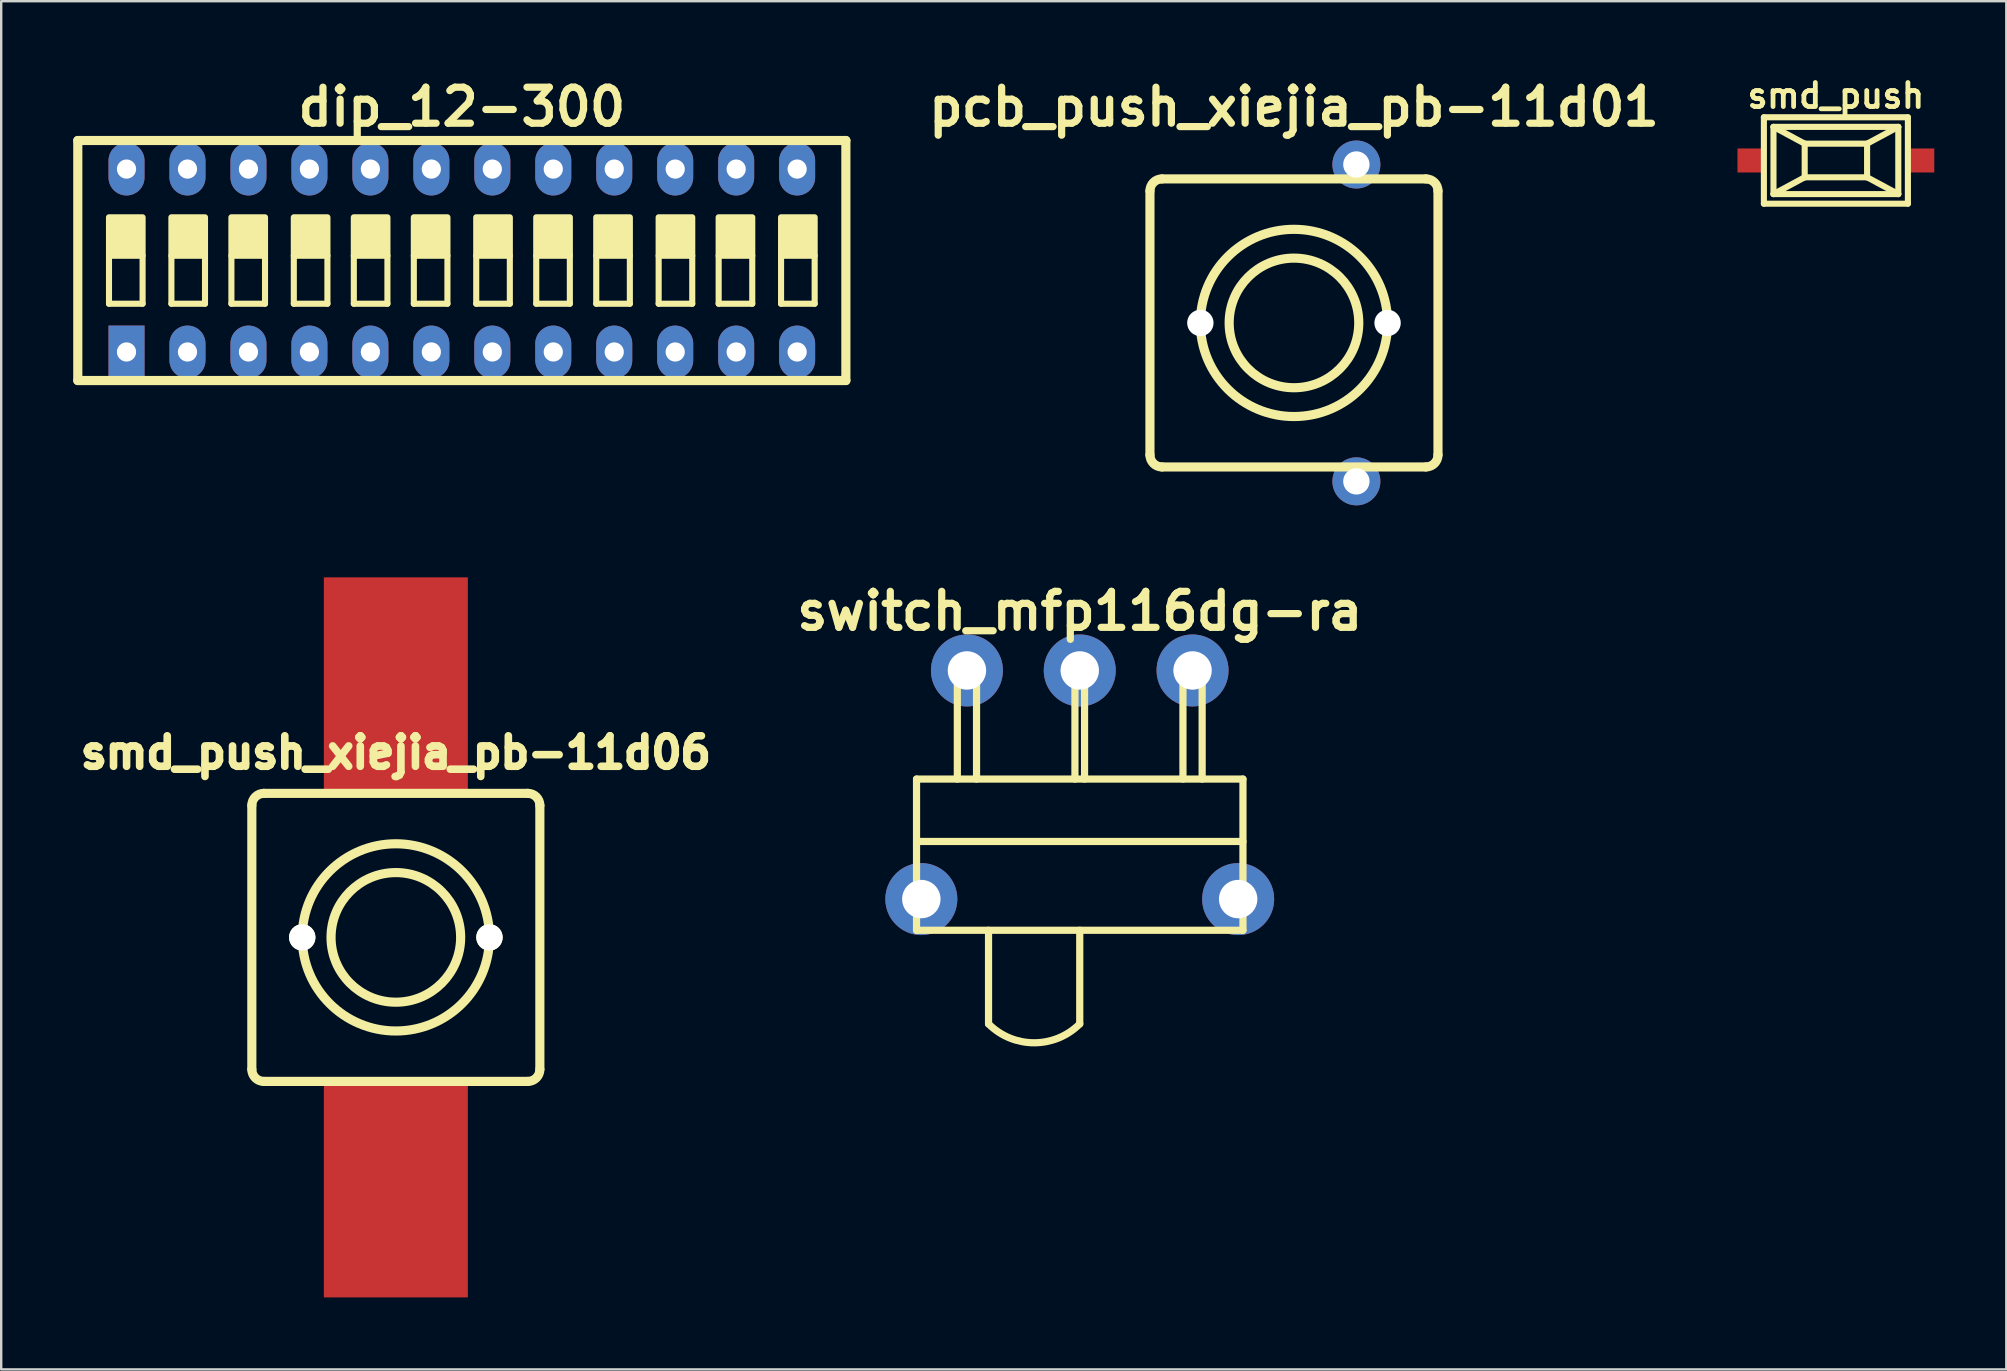
<source format=kicad_pcb>
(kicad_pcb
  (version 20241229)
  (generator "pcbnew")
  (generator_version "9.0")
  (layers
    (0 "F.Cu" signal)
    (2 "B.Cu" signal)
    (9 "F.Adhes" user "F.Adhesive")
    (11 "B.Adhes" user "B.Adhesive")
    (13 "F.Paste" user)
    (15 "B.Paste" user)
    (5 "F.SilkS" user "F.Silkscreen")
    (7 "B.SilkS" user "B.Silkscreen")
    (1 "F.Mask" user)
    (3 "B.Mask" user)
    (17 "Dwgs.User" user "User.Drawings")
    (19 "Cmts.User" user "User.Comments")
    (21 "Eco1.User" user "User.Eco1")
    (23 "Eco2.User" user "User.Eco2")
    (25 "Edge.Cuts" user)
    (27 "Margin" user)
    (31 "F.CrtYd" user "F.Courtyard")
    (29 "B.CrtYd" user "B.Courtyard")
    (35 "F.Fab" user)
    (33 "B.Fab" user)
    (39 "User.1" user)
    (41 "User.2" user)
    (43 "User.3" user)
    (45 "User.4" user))
  (footprint "smd_push_xiejia_pb-11d06"
    (layer "F.Cu")
    (at 13.442 36.004)
    (property "Reference" "smd_push_xiejia_pb-11d06" (at 0 -7.7 0) (layer "F.SilkS") (effects (font (size 1.27 1.27) (thickness 0.318))))
    (attr smd)
    (fp_line (start -6 5.5) (end -6 -5.5) (stroke (width 0.381) (type solid)) (layer "F.SilkS"))
    (fp_line (start -5.5 -6) (end 5.5 -6) (stroke (width 0.381) (type solid)) (layer "F.SilkS"))
    (fp_line (start 5.5 6) (end -5.5 6) (stroke (width 0.381) (type solid)) (layer "F.SilkS"))
    (fp_line (start 6 -5.5) (end 6 5.5) (stroke (width 0.381) (type solid)) (layer "F.SilkS"))
    (fp_arc (start -6 -5.5) (mid -5.853553 -5.853553) (end -5.5 -6) (stroke (width 0.381) (type solid)) (layer "F.SilkS"))
    (fp_arc (start -5.5 6) (mid -5.853553 5.853553) (end -6 5.5) (stroke (width 0.381) (type solid)) (layer "F.SilkS"))
    (fp_arc (start 5.5 -6) (mid 5.853553 -5.853553) (end 6 -5.5) (stroke (width 0.381) (type solid)) (layer "F.SilkS"))
    (fp_arc (start 6 5.5) (mid 5.853553 5.853553) (end 5.5 6) (stroke (width 0.381) (type solid)) (layer "F.SilkS"))
    (fp_circle (center 0 0) (end 2.7 0) (stroke (width 0.381) (type solid)) (fill no) (layer "F.SilkS"))
    (fp_circle (center 0 0) (end 3.9 0) (stroke (width 0.381) (type solid)) (fill no) (layer "F.SilkS"))
    (pad "" np_thru_hole circle (at -3.9 0) (size 1.1 1.1) (drill 1.1) (layers "*.Cu" "*.Mask" "F.SilkS"))
    (pad "" np_thru_hole circle (at 3.9 0) (size 1.1 1.1) (drill 1.1) (layers "*.Cu" "*.Mask" "F.SilkS"))
    (pad "1" smd rect (at 0 -10.5) (size 6 9) (layers "F.Cu" "F.Mask" "F.Paste"))
    (pad "2" smd rect (at 0 10.5) (size 6 9) (layers "F.Cu" "F.Mask" "F.Paste")))
  (footprint "switch_mfp116dg-ra"
    (layer "F.Cu")
    (at 41.935 34.408)
    (property "Reference" "switch_mfp116dg-ra" (at 0 -12 0) (layer "F.SilkS") (effects (font (size 1.5 1.5) (thickness 0.3))))
    (attr through_hole)
    (fp_line (start -6.8 -5) (end -6.8 1.3) (stroke (width 0.3) (type solid)) (layer "F.SilkS"))
    (fp_line (start -6.8 -2.4) (end 6.8 -2.4) (stroke (width 0.3) (type solid)) (layer "F.SilkS"))
    (fp_line (start -6.8 1.3) (end 6.8 1.3) (stroke (width 0.3) (type solid)) (layer "F.SilkS"))
    (fp_line (start -5.1 -9.5) (end -5.1 -5) (stroke (width 0.3) (type solid)) (layer "F.SilkS"))
    (fp_line (start -5.1 -9.5) (end -4.3 -9.5) (stroke (width 0.3) (type solid)) (layer "F.SilkS"))
    (fp_line (start -4.3 -9.5) (end -4.3 -5) (stroke (width 0.3) (type solid)) (layer "F.SilkS"))
    (fp_line (start -3.8 5.2) (end -3.8 1.3) (stroke (width 0.3) (type solid)) (layer "F.SilkS"))
    (fp_line (start -0.2 -9.5) (end 0.2 -9.5) (stroke (width 0.3) (type solid)) (layer "F.SilkS"))
    (fp_line (start -0.2 -5) (end -0.2 -9.5) (stroke (width 0.3) (type solid)) (layer "F.SilkS"))
    (fp_line (start 0 5.2) (end 0 1.3) (stroke (width 0.3) (type solid)) (layer "F.SilkS"))
    (fp_line (start 0.2 -9.5) (end 0.2 -5) (stroke (width 0.3) (type solid)) (layer "F.SilkS"))
    (fp_line (start 4.3 -9.5) (end 4.3 -5) (stroke (width 0.3) (type solid)) (layer "F.SilkS"))
    (fp_line (start 5.1 -9.5) (end 4.3 -9.5) (stroke (width 0.3) (type solid)) (layer "F.SilkS"))
    (fp_line (start 5.1 -5) (end 5.1 -9.5) (stroke (width 0.3) (type solid)) (layer "F.SilkS"))
    (fp_line (start 6.8 -5) (end -6.8 -5) (stroke (width 0.3) (type solid)) (layer "F.SilkS"))
    (fp_line (start 6.8 1.3) (end 6.8 -5) (stroke (width 0.3) (type solid)) (layer "F.SilkS"))
    (fp_arc (start 0 5.2) (mid -1.9 5.987006) (end -3.8 5.2) (stroke (width 0.3) (type solid)) (layer "F.SilkS"))
    (pad "" thru_hole circle (at -6.6 0) (size 3 3) (drill 1.6) (layers "*.Cu" "*.Mask"))
    (pad "" thru_hole circle (at 6.6 0) (size 3 3) (drill 1.6) (layers "*.Cu" "*.Mask"))
    (pad "1" thru_hole circle (at -4.7 -9.525) (size 3 3) (drill 1.6) (layers "*.Cu" "*.Mask"))
    (pad "2" thru_hole circle (at 0 -9.525) (size 3 3) (drill 1.6) (layers "*.Cu" "*.Mask"))
    (pad "3" thru_hole circle (at 4.7 -9.525) (size 3 3) (drill 1.6) (layers "*.Cu" "*.Mask")))
  (footprint "smd_push"
    (layer "F.Cu")
    (at 73.438 3.636)
    (property "Reference" "smd_push" (at 0 -2.7 0) (layer "F.SilkS") (effects (font (size 1 1) (thickness 0.2))))
    (attr smd)
    (fp_line (start -3 -1.8) (end 3 -1.8) (stroke (width 0.254) (type solid)) (layer "F.SilkS"))
    (fp_line (start -3 1.8) (end -3 -1.8) (stroke (width 0.254) (type solid)) (layer "F.SilkS"))
    (fp_line (start -2.6 -1.4) (end -1.3 -0.7) (stroke (width 0.254) (type solid)) (layer "F.SilkS"))
    (fp_line (start -2.6 -1.4) (end 2.6 -1.4) (stroke (width 0.254) (type solid)) (layer "F.SilkS"))
    (fp_line (start -2.6 1.4) (end -2.6 -1.4) (stroke (width 0.254) (type solid)) (layer "F.SilkS"))
    (fp_line (start -1.3 -0.7) (end 1.3 -0.7) (stroke (width 0.254) (type solid)) (layer "F.SilkS"))
    (fp_line (start -1.3 0.7) (end -2.6 1.4) (stroke (width 0.254) (type solid)) (layer "F.SilkS"))
    (fp_line (start -1.3 0.7) (end -1.3 -0.7) (stroke (width 0.254) (type solid)) (layer "F.SilkS"))
    (fp_line (start 1.3 -0.7) (end 1.3 0.7) (stroke (width 0.254) (type solid)) (layer "F.SilkS"))
    (fp_line (start 1.3 -0.7) (end 2.6 -1.4) (stroke (width 0.254) (type solid)) (layer "F.SilkS"))
    (fp_line (start 1.3 0.7) (end -1.3 0.7) (stroke (width 0.254) (type solid)) (layer "F.SilkS"))
    (fp_line (start 1.3 0.7) (end 2.6 1.4) (stroke (width 0.254) (type solid)) (layer "F.SilkS"))
    (fp_line (start 2.6 -1.4) (end 2.6 1.4) (stroke (width 0.254) (type solid)) (layer "F.SilkS"))
    (fp_line (start 2.6 1.4) (end -2.6 1.4) (stroke (width 0.254) (type solid)) (layer "F.SilkS"))
    (fp_line (start 3 -1.8) (end 3 1.8) (stroke (width 0.254) (type solid)) (layer "F.SilkS"))
    (fp_line (start 3 1.8) (end -3 1.8) (stroke (width 0.254) (type solid)) (layer "F.SilkS"))
    (pad "1" smd rect (at -3.6 0) (size 1 1) (layers "F.Cu" "F.Mask" "F.Paste"))
    (pad "2" smd rect (at 3.6 0) (size 1 1) (layers "F.Cu" "F.Mask" "F.Paste")))
  (footprint "pcb_push_xiejia_pb-11d01"
    (layer "F.Cu")
    (at 50.86 10.404)
    (property "Reference" "pcb_push_xiejia_pb-11d01" (at 0 -9 0) (layer "F.SilkS") (effects (font (size 1.5 1.5) (thickness 0.3))))
    (attr through_hole)
    (fp_line (start -6 5.5) (end -6 -5.5) (stroke (width 0.381) (type solid)) (layer "F.SilkS"))
    (fp_line (start -5.5 -6) (end 5.5 -6) (stroke (width 0.381) (type solid)) (layer "F.SilkS"))
    (fp_line (start 5.5 6) (end -5.5 6) (stroke (width 0.381) (type solid)) (layer "F.SilkS"))
    (fp_line (start 6 -5.5) (end 6 5.5) (stroke (width 0.381) (type solid)) (layer "F.SilkS"))
    (fp_arc (start -6 -5.5) (mid -5.853553 -5.853553) (end -5.5 -6) (stroke (width 0.381) (type solid)) (layer "F.SilkS"))
    (fp_arc (start -5.5 6) (mid -5.853553 5.853553) (end -6 5.5) (stroke (width 0.381) (type solid)) (layer "F.SilkS"))
    (fp_arc (start 5.5 -6) (mid 5.853553 -5.853553) (end 6 -5.5) (stroke (width 0.381) (type solid)) (layer "F.SilkS"))
    (fp_arc (start 6 5.5) (mid 5.853553 5.853553) (end 5.5 6) (stroke (width 0.381) (type solid)) (layer "F.SilkS"))
    (fp_circle (center 0 0) (end 2.7 0) (stroke (width 0.381) (type solid)) (fill no) (layer "F.SilkS"))
    (fp_circle (center 0 0) (end 3.9 0) (stroke (width 0.381) (type solid)) (fill no) (layer "F.SilkS"))
    (pad "" np_thru_hole circle (at -3.9 0) (size 1.1 1.1) (drill 1.1) (layers "*.Cu" "*.Mask"))
    (pad "" np_thru_hole circle (at 3.9 0) (size 1.1 1.1) (drill 1.1) (layers "*.Cu" "*.Mask"))
    (pad "1" thru_hole circle (at 2.6 -6.6) (size 2 2) (drill 1.1) (layers "*.Cu" "*.Mask"))
    (pad "2" thru_hole circle (at 2.6 6.6) (size 2 2) (drill 1.1) (layers "*.Cu" "*.Mask")))
  (footprint "dip_12-300"
    (layer "F.Cu")
    (at 16.191 7.804)
    (property "Reference" "dip_12-300" (at 0 -6.4 0) (layer "F.SilkS") (effects (font (size 1.5 1.5) (thickness 0.3))))
    (attr through_hole)
    (fp_line (start -16 -5) (end 16 -5) (stroke (width 0.381) (type solid)) (layer "F.SilkS"))
    (fp_line (start -16 5) (end -16 -5) (stroke (width 0.381) (type solid)) (layer "F.SilkS"))
    (fp_line (start -14.7 -0.2) (end -14.7 1.8) (stroke (width 0.254) (type solid)) (layer "F.SilkS"))
    (fp_line (start -14.7 1.8) (end -13.3 1.8) (stroke (width 0.254) (type solid)) (layer "F.SilkS"))
    (fp_line (start -13.3 1.8) (end -13.3 -0.2) (stroke (width 0.254) (type solid)) (layer "F.SilkS"))
    (fp_line (start -12.1 -0.2) (end -12.1 1.8) (stroke (width 0.254) (type solid)) (layer "F.SilkS"))
    (fp_line (start -12.1 1.8) (end -10.7 1.8) (stroke (width 0.254) (type solid)) (layer "F.SilkS"))
    (fp_line (start -10.7 1.8) (end -10.7 -0.2) (stroke (width 0.254) (type solid)) (layer "F.SilkS"))
    (fp_line (start -9.6 -0.2) (end -9.6 1.8) (stroke (width 0.254) (type solid)) (layer "F.SilkS"))
    (fp_line (start -9.6 1.8) (end -8.2 1.8) (stroke (width 0.254) (type solid)) (layer "F.SilkS"))
    (fp_line (start -8.2 1.8) (end -8.2 -0.2) (stroke (width 0.254) (type solid)) (layer "F.SilkS"))
    (fp_line (start -7 -0.2) (end -7 1.8) (stroke (width 0.254) (type solid)) (layer "F.SilkS"))
    (fp_line (start -7 1.8) (end -5.6 1.8) (stroke (width 0.254) (type solid)) (layer "F.SilkS"))
    (fp_line (start -5.6 1.8) (end -5.6 -0.2) (stroke (width 0.254) (type solid)) (layer "F.SilkS"))
    (fp_line (start -4.5 -0.2) (end -4.5 1.8) (stroke (width 0.254) (type solid)) (layer "F.SilkS"))
    (fp_line (start -4.5 1.8) (end -3.1 1.8) (stroke (width 0.254) (type solid)) (layer "F.SilkS"))
    (fp_line (start -3.1 1.8) (end -3.1 -0.2) (stroke (width 0.254) (type solid)) (layer "F.SilkS"))
    (fp_line (start -2 -0.2) (end -2 1.8) (stroke (width 0.254) (type solid)) (layer "F.SilkS"))
    (fp_line (start -2 1.8) (end -0.6 1.8) (stroke (width 0.254) (type solid)) (layer "F.SilkS"))
    (fp_line (start -0.6 1.8) (end -0.6 -0.2) (stroke (width 0.254) (type solid)) (layer "F.SilkS"))
    (fp_line (start 0.6 -0.2) (end 0.6 1.8) (stroke (width 0.254) (type solid)) (layer "F.SilkS"))
    (fp_line (start 0.6 1.8) (end 2 1.8) (stroke (width 0.254) (type solid)) (layer "F.SilkS"))
    (fp_line (start 2 1.8) (end 2 -0.2) (stroke (width 0.254) (type solid)) (layer "F.SilkS"))
    (fp_line (start 3.1 -0.2) (end 3.1 1.8) (stroke (width 0.254) (type solid)) (layer "F.SilkS"))
    (fp_line (start 3.1 1.8) (end 4.5 1.8) (stroke (width 0.254) (type solid)) (layer "F.SilkS"))
    (fp_line (start 4.5 1.8) (end 4.5 -0.2) (stroke (width 0.254) (type solid)) (layer "F.SilkS"))
    (fp_line (start 5.6 -0.2) (end 5.6 1.8) (stroke (width 0.254) (type solid)) (layer "F.SilkS"))
    (fp_line (start 5.6 1.8) (end 7 1.8) (stroke (width 0.254) (type solid)) (layer "F.SilkS"))
    (fp_line (start 7 1.8) (end 7 -0.2) (stroke (width 0.254) (type solid)) (layer "F.SilkS"))
    (fp_line (start 8.2 -0.2) (end 8.2 1.8) (stroke (width 0.254) (type solid)) (layer "F.SilkS"))
    (fp_line (start 8.2 1.8) (end 9.6 1.8) (stroke (width 0.254) (type solid)) (layer "F.SilkS"))
    (fp_line (start 9.6 1.8) (end 9.6 -0.2) (stroke (width 0.254) (type solid)) (layer "F.SilkS"))
    (fp_line (start 10.7 -0.2) (end 10.7 1.8) (stroke (width 0.254) (type solid)) (layer "F.SilkS"))
    (fp_line (start 10.7 1.8) (end 12.1 1.8) (stroke (width 0.254) (type solid)) (layer "F.SilkS"))
    (fp_line (start 12.1 1.8) (end 12.1 -0.2) (stroke (width 0.254) (type solid)) (layer "F.SilkS"))
    (fp_line (start 13.3 -0.2) (end 13.3 1.8) (stroke (width 0.254) (type solid)) (layer "F.SilkS"))
    (fp_line (start 13.3 1.8) (end 14.7 1.8) (stroke (width 0.254) (type solid)) (layer "F.SilkS"))
    (fp_line (start 14.7 1.8) (end 14.7 -0.2) (stroke (width 0.254) (type solid)) (layer "F.SilkS"))
    (fp_line (start 16 -5) (end 16 5) (stroke (width 0.381) (type solid)) (layer "F.SilkS"))
    (fp_line (start 16 5) (end -16 5) (stroke (width 0.381) (type solid)) (layer "F.SilkS"))
    (fp_poly (pts (xy -13.3 -0.2) (xy -14.7 -0.2) (xy -14.7 -1.8) (xy -13.3 -1.8)) (stroke (width 0.254) (type solid)) (fill yes) (layer "F.SilkS"))
    (fp_poly (pts (xy -10.7 -0.2) (xy -12.1 -0.2) (xy -12.1 -1.8) (xy -10.7 -1.8)) (stroke (width 0.254) (type solid)) (fill yes) (layer "F.SilkS"))
    (fp_poly (pts (xy -9.6 -0.2) (xy -8.2 -0.2) (xy -8.2 -1.8) (xy -9.6 -1.8)) (stroke (width 0.254) (type solid)) (fill yes) (layer "F.SilkS"))
    (fp_poly (pts (xy -5.6 -0.2) (xy -7 -0.2) (xy -7 -1.8) (xy -5.6 -1.8)) (stroke (width 0.254) (type solid)) (fill yes) (layer "F.SilkS"))
    (fp_poly (pts (xy -3.1 -0.2) (xy -4.5 -0.2) (xy -4.5 -1.8) (xy -3.1 -1.8)) (stroke (width 0.254) (type solid)) (fill yes) (layer "F.SilkS"))
    (fp_poly (pts (xy -2 -0.2) (xy -0.6 -0.2) (xy -0.6 -1.8) (xy -2 -1.8)) (stroke (width 0.254) (type solid)) (fill yes) (layer "F.SilkS"))
    (fp_poly (pts (xy 0.6 -0.2) (xy 2 -0.2) (xy 2 -1.8) (xy 0.6 -1.8)) (stroke (width 0.254) (type solid)) (fill yes) (layer "F.SilkS"))
    (fp_poly (pts (xy 3.1 -0.2) (xy 4.5 -0.2) (xy 4.5 -1.8) (xy 3.1 -1.8)) (stroke (width 0.254) (type solid)) (fill yes) (layer "F.SilkS"))
    (fp_poly (pts (xy 7 -0.2) (xy 5.6 -0.2) (xy 5.6 -1.8) (xy 7 -1.8)) (stroke (width 0.254) (type solid)) (fill yes) (layer "F.SilkS"))
    (fp_poly (pts (xy 9.6 -0.2) (xy 8.2 -0.2) (xy 8.2 -1.8) (xy 9.6 -1.8)) (stroke (width 0.254) (type solid)) (fill yes) (layer "F.SilkS"))
    (fp_poly (pts (xy 10.7 -0.2) (xy 12.1 -0.2) (xy 12.1 -1.8) (xy 10.7 -1.8)) (stroke (width 0.254) (type solid)) (fill yes) (layer "F.SilkS"))
    (fp_poly (pts (xy 14.7 -0.2) (xy 13.3 -0.2) (xy 13.3 -1.8) (xy 14.7 -1.8)) (stroke (width 0.254) (type solid)) (fill yes) (layer "F.SilkS"))
    (pad "1" thru_hole rect (at -13.97 3.81) (size 1.5 2.2) (drill 0.8) (layers "*.Cu" "*.Mask"))
    (pad "2" thru_hole oval (at -11.43 3.81) (size 1.5 2.2) (drill 0.8) (layers "*.Cu" "*.Mask"))
    (pad "3" thru_hole oval (at -8.89 3.81) (size 1.5 2.2) (drill 0.8) (layers "*.Cu" "*.Mask"))
    (pad "4" thru_hole oval (at -6.35 3.81) (size 1.5 2.2) (drill 0.8) (layers "*.Cu" "*.Mask"))
    (pad "5" thru_hole oval (at -3.81 3.81) (size 1.5 2.2) (drill 0.8) (layers "*.Cu" "*.Mask"))
    (pad "6" thru_hole oval (at -1.27 3.81) (size 1.5 2.2) (drill 0.8) (layers "*.Cu" "*.Mask"))
    (pad "7" thru_hole oval (at 1.27 3.81) (size 1.5 2.2) (drill 0.8) (layers "*.Cu" "*.Mask"))
    (pad "8" thru_hole oval (at 3.81 3.81) (size 1.5 2.2) (drill 0.8) (layers "*.Cu" "*.Mask"))
    (pad "9" thru_hole oval (at 6.35 3.81) (size 1.5 2.2) (drill 0.8) (layers "*.Cu" "*.Mask"))
    (pad "10" thru_hole oval (at 8.89 3.81) (size 1.5 2.2) (drill 0.8) (layers "*.Cu" "*.Mask"))
    (pad "11" thru_hole oval (at 11.43 3.81) (size 1.5 2.2) (drill 0.8) (layers "*.Cu" "*.Mask"))
    (pad "12" thru_hole oval (at 13.97 3.81) (size 1.5 2.2) (drill 0.8) (layers "*.Cu" "*.Mask"))
    (pad "13" thru_hole oval (at 13.97 -3.81) (size 1.5 2.2) (drill 0.8) (layers "*.Cu" "*.Mask"))
    (pad "14" thru_hole oval (at 11.43 -3.81) (size 1.5 2.2) (drill 0.8) (layers "*.Cu" "*.Mask"))
    (pad "15" thru_hole oval (at 8.89 -3.81) (size 1.5 2.2) (drill 0.8) (layers "*.Cu" "*.Mask"))
    (pad "16" thru_hole oval (at 6.35 -3.81) (size 1.5 2.2) (drill 0.8) (layers "*.Cu" "*.Mask"))
    (pad "17" thru_hole oval (at 3.81 -3.81) (size 1.5 2.2) (drill 0.8) (layers "*.Cu" "*.Mask"))
    (pad "18" thru_hole oval (at 1.27 -3.81) (size 1.5 2.2) (drill 0.8) (layers "*.Cu" "*.Mask"))
    (pad "19" thru_hole oval (at -1.27 -3.81) (size 1.5 2.2) (drill 0.8) (layers "*.Cu" "*.Mask"))
    (pad "20" thru_hole oval (at -3.81 -3.81) (size 1.5 2.2) (drill 0.8) (layers "*.Cu" "*.Mask"))
    (pad "21" thru_hole oval (at -6.35 -3.81) (size 1.5 2.2) (drill 0.8) (layers "*.Cu" "*.Mask"))
    (pad "22" thru_hole oval (at -8.89 -3.81) (size 1.5 2.2) (drill 0.8) (layers "*.Cu" "*.Mask"))
    (pad "23" thru_hole oval (at -11.43 -3.81) (size 1.5 2.2) (drill 0.8) (layers "*.Cu" "*.Mask"))
    (pad "24" thru_hole oval (at -13.97 -3.81) (size 1.5 2.2) (drill 0.8) (layers "*.Cu" "*.Mask")))
  (gr_rect
    (start -3 -3)
    (end 80.538 54.004)
    (stroke (width 0.1) (type default))
    (fill no)
    (layer "Edge.Cuts")))
</source>
